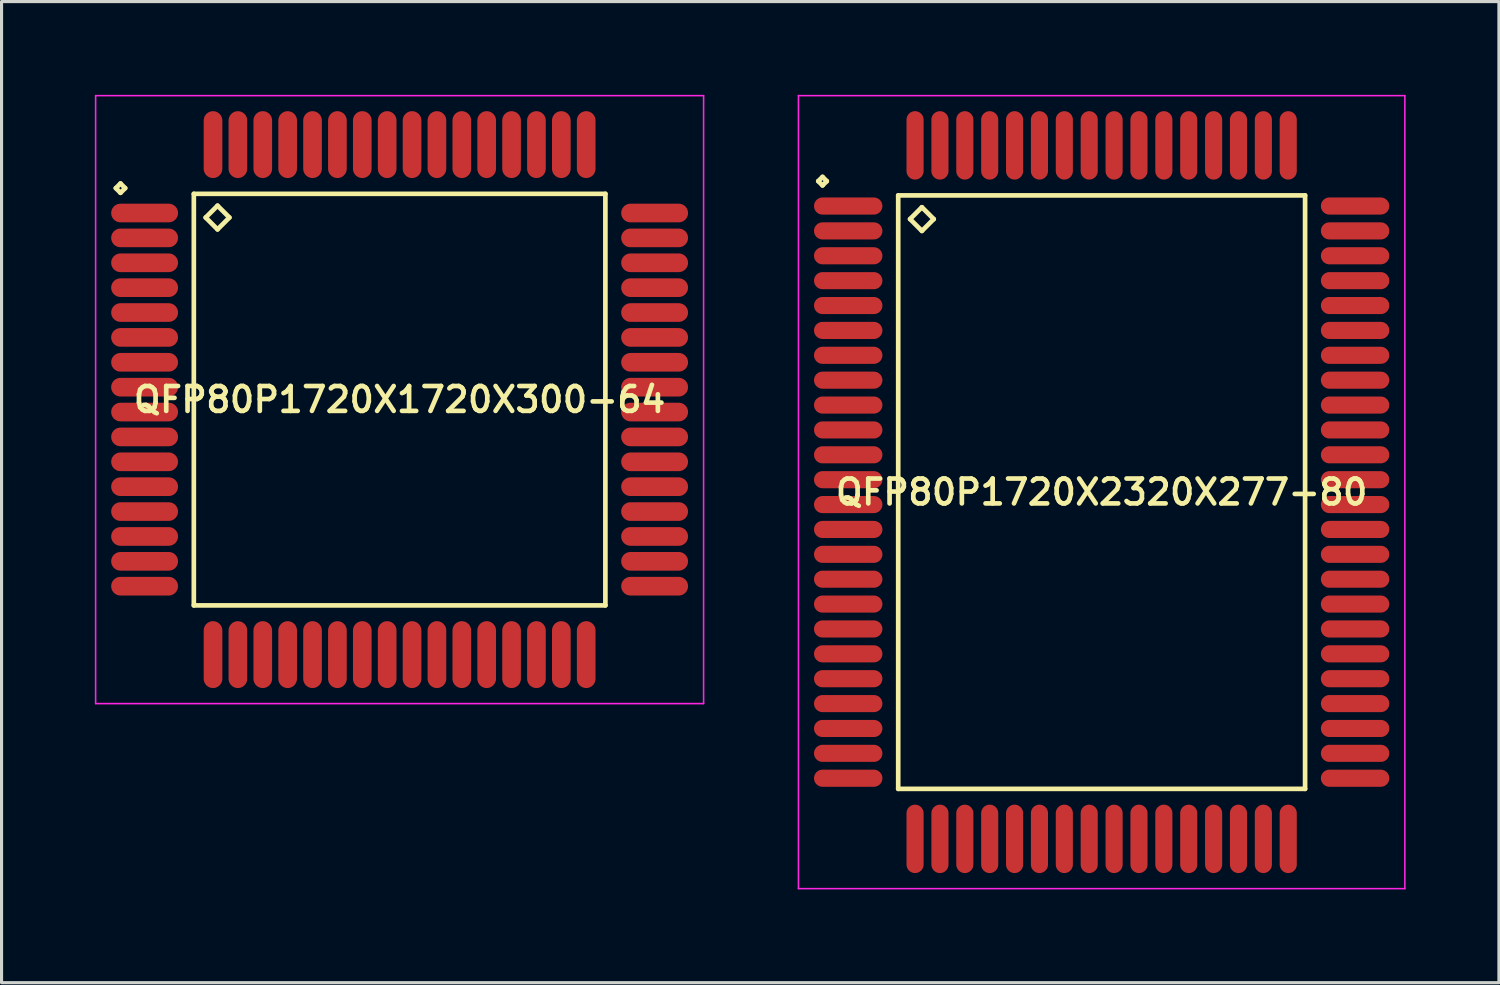
<source format=kicad_pcb>
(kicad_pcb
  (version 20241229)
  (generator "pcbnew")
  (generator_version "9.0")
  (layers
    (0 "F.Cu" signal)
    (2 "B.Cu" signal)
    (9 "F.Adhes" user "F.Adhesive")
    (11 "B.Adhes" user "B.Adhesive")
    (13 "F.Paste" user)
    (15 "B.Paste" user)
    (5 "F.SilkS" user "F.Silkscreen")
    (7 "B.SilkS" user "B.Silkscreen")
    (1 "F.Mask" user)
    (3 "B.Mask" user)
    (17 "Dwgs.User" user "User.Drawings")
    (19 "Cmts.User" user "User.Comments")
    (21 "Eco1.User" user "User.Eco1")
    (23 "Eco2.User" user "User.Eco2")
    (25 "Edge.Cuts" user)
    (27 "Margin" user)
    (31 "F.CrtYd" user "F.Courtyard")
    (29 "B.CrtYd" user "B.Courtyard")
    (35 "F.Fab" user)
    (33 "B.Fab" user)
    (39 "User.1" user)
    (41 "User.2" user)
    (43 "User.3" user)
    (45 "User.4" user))
  (footprint "QFP80P1720X1720X300-64"
    (layer "F.Cu")
    (at 9.8 9.8)
    (property "Reference" "QFP80P1720X1720X300-64" (at 0 0 0) (layer "F.SilkS") (effects (font (size 0.8 0.8) (thickness 0.15))))
    (attr smd)
    (fp_line (start -9.125 -6.8) (end -8.975 -6.95) (stroke (width 0.15) (type solid)) (layer "F.SilkS"))
    (fp_line (start -8.975 -6.95) (end -8.825 -6.8) (stroke (width 0.15) (type solid)) (layer "F.SilkS"))
    (fp_line (start -8.975 -6.65) (end -9.125 -6.8) (stroke (width 0.15) (type solid)) (layer "F.SilkS"))
    (fp_line (start -8.825 -6.8) (end -8.975 -6.65) (stroke (width 0.15) (type solid)) (layer "F.SilkS"))
    (fp_line (start -6.617 -6.617) (end -6.617 6.617) (stroke (width 0.15) (type solid)) (layer "F.SilkS"))
    (fp_line (start -6.617 6.617) (end 6.617 6.617) (stroke (width 0.15) (type solid)) (layer "F.SilkS"))
    (fp_line (start -6.236 -5.855) (end -5.855 -6.236) (stroke (width 0.15) (type solid)) (layer "F.SilkS"))
    (fp_line (start -5.855 -6.236) (end -5.474 -5.855) (stroke (width 0.15) (type solid)) (layer "F.SilkS"))
    (fp_line (start -5.855 -5.474) (end -6.236 -5.855) (stroke (width 0.15) (type solid)) (layer "F.SilkS"))
    (fp_line (start -5.474 -5.855) (end -5.855 -5.474) (stroke (width 0.15) (type solid)) (layer "F.SilkS"))
    (fp_line (start 6.617 -6.617) (end -6.617 -6.617) (stroke (width 0.15) (type solid)) (layer "F.SilkS"))
    (fp_line (start 6.617 6.617) (end 6.617 -6.617) (stroke (width 0.15) (type solid)) (layer "F.SilkS"))
    (fp_line (start -9.775 -9.775) (end 9.775 -9.775) (stroke (width 0.05) (type solid)) (layer "F.CrtYd"))
    (fp_line (start -9.775 9.775) (end -9.775 -9.775) (stroke (width 0.05) (type solid)) (layer "F.CrtYd"))
    (fp_line (start 9.775 -9.775) (end 9.775 9.775) (stroke (width 0.05) (type solid)) (layer "F.CrtYd"))
    (fp_line (start 9.775 9.775) (end -9.775 9.775) (stroke (width 0.05) (type solid)) (layer "F.CrtYd"))
    (pad "1" smd oval (at -8.2 -6) (size 2.15 0.6) (layers "F.Cu" "F.Mask" "F.Paste"))
    (pad "2" smd oval (at -8.2 -5.2) (size 2.15 0.6) (layers "F.Cu" "F.Mask" "F.Paste"))
    (pad "3" smd oval (at -8.2 -4.4) (size 2.15 0.6) (layers "F.Cu" "F.Mask" "F.Paste"))
    (pad "4" smd oval (at -8.2 -3.6) (size 2.15 0.6) (layers "F.Cu" "F.Mask" "F.Paste"))
    (pad "5" smd oval (at -8.2 -2.8) (size 2.15 0.6) (layers "F.Cu" "F.Mask" "F.Paste"))
    (pad "6" smd oval (at -8.2 -2) (size 2.15 0.6) (layers "F.Cu" "F.Mask" "F.Paste"))
    (pad "7" smd oval (at -8.2 -1.2) (size 2.15 0.6) (layers "F.Cu" "F.Mask" "F.Paste"))
    (pad "8" smd oval (at -8.2 -0.4) (size 2.15 0.6) (layers "F.Cu" "F.Mask" "F.Paste"))
    (pad "9" smd oval (at -8.2 0.4) (size 2.15 0.6) (layers "F.Cu" "F.Mask" "F.Paste"))
    (pad "10" smd oval (at -8.2 1.2) (size 2.15 0.6) (layers "F.Cu" "F.Mask" "F.Paste"))
    (pad "11" smd oval (at -8.2 2) (size 2.15 0.6) (layers "F.Cu" "F.Mask" "F.Paste"))
    (pad "12" smd oval (at -8.2 2.8) (size 2.15 0.6) (layers "F.Cu" "F.Mask" "F.Paste"))
    (pad "13" smd oval (at -8.2 3.6) (size 2.15 0.6) (layers "F.Cu" "F.Mask" "F.Paste"))
    (pad "14" smd oval (at -8.2 4.4) (size 2.15 0.6) (layers "F.Cu" "F.Mask" "F.Paste"))
    (pad "15" smd oval (at -8.2 5.2) (size 2.15 0.6) (layers "F.Cu" "F.Mask" "F.Paste"))
    (pad "16" smd oval (at -8.2 6) (size 2.15 0.6) (layers "F.Cu" "F.Mask" "F.Paste"))
    (pad "17" smd oval (at -6 8.2) (size 0.6 2.15) (layers "F.Cu" "F.Mask" "F.Paste"))
    (pad "18" smd oval (at -5.2 8.2) (size 0.6 2.15) (layers "F.Cu" "F.Mask" "F.Paste"))
    (pad "19" smd oval (at -4.4 8.2) (size 0.6 2.15) (layers "F.Cu" "F.Mask" "F.Paste"))
    (pad "20" smd oval (at -3.6 8.2) (size 0.6 2.15) (layers "F.Cu" "F.Mask" "F.Paste"))
    (pad "21" smd oval (at -2.8 8.2) (size 0.6 2.15) (layers "F.Cu" "F.Mask" "F.Paste"))
    (pad "22" smd oval (at -2 8.2) (size 0.6 2.15) (layers "F.Cu" "F.Mask" "F.Paste"))
    (pad "23" smd oval (at -1.2 8.2) (size 0.6 2.15) (layers "F.Cu" "F.Mask" "F.Paste"))
    (pad "24" smd oval (at -0.4 8.2) (size 0.6 2.15) (layers "F.Cu" "F.Mask" "F.Paste"))
    (pad "25" smd oval (at 0.4 8.2) (size 0.6 2.15) (layers "F.Cu" "F.Mask" "F.Paste"))
    (pad "26" smd oval (at 1.2 8.2) (size 0.6 2.15) (layers "F.Cu" "F.Mask" "F.Paste"))
    (pad "27" smd oval (at 2 8.2) (size 0.6 2.15) (layers "F.Cu" "F.Mask" "F.Paste"))
    (pad "28" smd oval (at 2.8 8.2) (size 0.6 2.15) (layers "F.Cu" "F.Mask" "F.Paste"))
    (pad "29" smd oval (at 3.6 8.2) (size 0.6 2.15) (layers "F.Cu" "F.Mask" "F.Paste"))
    (pad "30" smd oval (at 4.4 8.2) (size 0.6 2.15) (layers "F.Cu" "F.Mask" "F.Paste"))
    (pad "31" smd oval (at 5.2 8.2) (size 0.6 2.15) (layers "F.Cu" "F.Mask" "F.Paste"))
    (pad "32" smd oval (at 6 8.2) (size 0.6 2.15) (layers "F.Cu" "F.Mask" "F.Paste"))
    (pad "33" smd oval (at 8.2 6) (size 2.15 0.6) (layers "F.Cu" "F.Mask" "F.Paste"))
    (pad "34" smd oval (at 8.2 5.2) (size 2.15 0.6) (layers "F.Cu" "F.Mask" "F.Paste"))
    (pad "35" smd oval (at 8.2 4.4) (size 2.15 0.6) (layers "F.Cu" "F.Mask" "F.Paste"))
    (pad "36" smd oval (at 8.2 3.6) (size 2.15 0.6) (layers "F.Cu" "F.Mask" "F.Paste"))
    (pad "37" smd oval (at 8.2 2.8) (size 2.15 0.6) (layers "F.Cu" "F.Mask" "F.Paste"))
    (pad "38" smd oval (at 8.2 2) (size 2.15 0.6) (layers "F.Cu" "F.Mask" "F.Paste"))
    (pad "39" smd oval (at 8.2 1.2) (size 2.15 0.6) (layers "F.Cu" "F.Mask" "F.Paste"))
    (pad "40" smd oval (at 8.2 0.4) (size 2.15 0.6) (layers "F.Cu" "F.Mask" "F.Paste"))
    (pad "41" smd oval (at 8.2 -0.4) (size 2.15 0.6) (layers "F.Cu" "F.Mask" "F.Paste"))
    (pad "42" smd oval (at 8.2 -1.2) (size 2.15 0.6) (layers "F.Cu" "F.Mask" "F.Paste"))
    (pad "43" smd oval (at 8.2 -2) (size 2.15 0.6) (layers "F.Cu" "F.Mask" "F.Paste"))
    (pad "44" smd oval (at 8.2 -2.8) (size 2.15 0.6) (layers "F.Cu" "F.Mask" "F.Paste"))
    (pad "45" smd oval (at 8.2 -3.6) (size 2.15 0.6) (layers "F.Cu" "F.Mask" "F.Paste"))
    (pad "46" smd oval (at 8.2 -4.4) (size 2.15 0.6) (layers "F.Cu" "F.Mask" "F.Paste"))
    (pad "47" smd oval (at 8.2 -5.2) (size 2.15 0.6) (layers "F.Cu" "F.Mask" "F.Paste"))
    (pad "48" smd oval (at 8.2 -6) (size 2.15 0.6) (layers "F.Cu" "F.Mask" "F.Paste"))
    (pad "49" smd oval (at 6 -8.2) (size 0.6 2.15) (layers "F.Cu" "F.Mask" "F.Paste"))
    (pad "50" smd oval (at 5.2 -8.2) (size 0.6 2.15) (layers "F.Cu" "F.Mask" "F.Paste"))
    (pad "51" smd oval (at 4.4 -8.2) (size 0.6 2.15) (layers "F.Cu" "F.Mask" "F.Paste"))
    (pad "52" smd oval (at 3.6 -8.2) (size 0.6 2.15) (layers "F.Cu" "F.Mask" "F.Paste"))
    (pad "53" smd oval (at 2.8 -8.2) (size 0.6 2.15) (layers "F.Cu" "F.Mask" "F.Paste"))
    (pad "54" smd oval (at 2 -8.2) (size 0.6 2.15) (layers "F.Cu" "F.Mask" "F.Paste"))
    (pad "55" smd oval (at 1.2 -8.2) (size 0.6 2.15) (layers "F.Cu" "F.Mask" "F.Paste"))
    (pad "56" smd oval (at 0.4 -8.2) (size 0.6 2.15) (layers "F.Cu" "F.Mask" "F.Paste"))
    (pad "57" smd oval (at -0.4 -8.2) (size 0.6 2.15) (layers "F.Cu" "F.Mask" "F.Paste"))
    (pad "58" smd oval (at -1.2 -8.2) (size 0.6 2.15) (layers "F.Cu" "F.Mask" "F.Paste"))
    (pad "59" smd oval (at -2 -8.2) (size 0.6 2.15) (layers "F.Cu" "F.Mask" "F.Paste"))
    (pad "60" smd oval (at -2.8 -8.2) (size 0.6 2.15) (layers "F.Cu" "F.Mask" "F.Paste"))
    (pad "61" smd oval (at -3.6 -8.2) (size 0.6 2.15) (layers "F.Cu" "F.Mask" "F.Paste"))
    (pad "62" smd oval (at -4.4 -8.2) (size 0.6 2.15) (layers "F.Cu" "F.Mask" "F.Paste"))
    (pad "63" smd oval (at -5.2 -8.2) (size 0.6 2.15) (layers "F.Cu" "F.Mask" "F.Paste"))
    (pad "64" smd oval (at -6 -8.2) (size 0.6 2.15) (layers "F.Cu" "F.Mask" "F.Paste")))
  (footprint "QFP80P1720X2320X277-80"
    (layer "F.Cu")
    (at 32.375 12.775)
    (property "Reference" "QFP80P1720X2320X277-80" (at 0 0 0) (layer "F.SilkS") (effects (font (size 0.8 0.8) (thickness 0.15))))
    (attr smd)
    (fp_line (start -9.113 -10) (end -8.975 -10.137) (stroke (width 0.15) (type solid)) (layer "F.SilkS"))
    (fp_line (start -8.975 -10.137) (end -8.838 -10) (stroke (width 0.15) (type solid)) (layer "F.SilkS"))
    (fp_line (start -8.975 -9.863) (end -9.113 -10) (stroke (width 0.15) (type solid)) (layer "F.SilkS"))
    (fp_line (start -8.838 -10) (end -8.975 -9.863) (stroke (width 0.15) (type solid)) (layer "F.SilkS"))
    (fp_line (start -6.542 -9.542) (end -6.542 9.542) (stroke (width 0.15) (type solid)) (layer "F.SilkS"))
    (fp_line (start -6.542 9.542) (end 6.542 9.542) (stroke (width 0.15) (type solid)) (layer "F.SilkS"))
    (fp_line (start -6.161 -8.78) (end -5.78 -9.161) (stroke (width 0.15) (type solid)) (layer "F.SilkS"))
    (fp_line (start -5.78 -9.161) (end -5.399 -8.78) (stroke (width 0.15) (type solid)) (layer "F.SilkS"))
    (fp_line (start -5.78 -8.399) (end -6.161 -8.78) (stroke (width 0.15) (type solid)) (layer "F.SilkS"))
    (fp_line (start -5.399 -8.78) (end -5.78 -8.399) (stroke (width 0.15) (type solid)) (layer "F.SilkS"))
    (fp_line (start 6.542 -9.542) (end -6.542 -9.542) (stroke (width 0.15) (type solid)) (layer "F.SilkS"))
    (fp_line (start 6.542 9.542) (end 6.542 -9.542) (stroke (width 0.15) (type solid)) (layer "F.SilkS"))
    (fp_line (start -9.75 -12.75) (end 9.75 -12.75) (stroke (width 0.05) (type solid)) (layer "F.CrtYd"))
    (fp_line (start -9.75 12.75) (end -9.75 -12.75) (stroke (width 0.05) (type solid)) (layer "F.CrtYd"))
    (fp_line (start 9.75 -12.75) (end 9.75 12.75) (stroke (width 0.05) (type solid)) (layer "F.CrtYd"))
    (fp_line (start 9.75 12.75) (end -9.75 12.75) (stroke (width 0.05) (type solid)) (layer "F.CrtYd"))
    (pad "1" smd oval (at -8.15 -9.2) (size 2.2 0.55) (layers "F.Cu" "F.Mask" "F.Paste"))
    (pad "2" smd oval (at -8.15 -8.4) (size 2.2 0.55) (layers "F.Cu" "F.Mask" "F.Paste"))
    (pad "3" smd oval (at -8.15 -7.6) (size 2.2 0.55) (layers "F.Cu" "F.Mask" "F.Paste"))
    (pad "4" smd oval (at -8.15 -6.8) (size 2.2 0.55) (layers "F.Cu" "F.Mask" "F.Paste"))
    (pad "5" smd oval (at -8.15 -6) (size 2.2 0.55) (layers "F.Cu" "F.Mask" "F.Paste"))
    (pad "6" smd oval (at -8.15 -5.2) (size 2.2 0.55) (layers "F.Cu" "F.Mask" "F.Paste"))
    (pad "7" smd oval (at -8.15 -4.4) (size 2.2 0.55) (layers "F.Cu" "F.Mask" "F.Paste"))
    (pad "8" smd oval (at -8.15 -3.6) (size 2.2 0.55) (layers "F.Cu" "F.Mask" "F.Paste"))
    (pad "9" smd oval (at -8.15 -2.8) (size 2.2 0.55) (layers "F.Cu" "F.Mask" "F.Paste"))
    (pad "10" smd oval (at -8.15 -2) (size 2.2 0.55) (layers "F.Cu" "F.Mask" "F.Paste"))
    (pad "11" smd oval (at -8.15 -1.2) (size 2.2 0.55) (layers "F.Cu" "F.Mask" "F.Paste"))
    (pad "12" smd oval (at -8.15 -0.4) (size 2.2 0.55) (layers "F.Cu" "F.Mask" "F.Paste"))
    (pad "13" smd oval (at -8.15 0.4) (size 2.2 0.55) (layers "F.Cu" "F.Mask" "F.Paste"))
    (pad "14" smd oval (at -8.15 1.2) (size 2.2 0.55) (layers "F.Cu" "F.Mask" "F.Paste"))
    (pad "15" smd oval (at -8.15 2) (size 2.2 0.55) (layers "F.Cu" "F.Mask" "F.Paste"))
    (pad "16" smd oval (at -8.15 2.8) (size 2.2 0.55) (layers "F.Cu" "F.Mask" "F.Paste"))
    (pad "17" smd oval (at -8.15 3.6) (size 2.2 0.55) (layers "F.Cu" "F.Mask" "F.Paste"))
    (pad "18" smd oval (at -8.15 4.4) (size 2.2 0.55) (layers "F.Cu" "F.Mask" "F.Paste"))
    (pad "19" smd oval (at -8.15 5.2) (size 2.2 0.55) (layers "F.Cu" "F.Mask" "F.Paste"))
    (pad "20" smd oval (at -8.15 6) (size 2.2 0.55) (layers "F.Cu" "F.Mask" "F.Paste"))
    (pad "21" smd oval (at -8.15 6.8) (size 2.2 0.55) (layers "F.Cu" "F.Mask" "F.Paste"))
    (pad "22" smd oval (at -8.15 7.6) (size 2.2 0.55) (layers "F.Cu" "F.Mask" "F.Paste"))
    (pad "23" smd oval (at -8.15 8.4) (size 2.2 0.55) (layers "F.Cu" "F.Mask" "F.Paste"))
    (pad "24" smd oval (at -8.15 9.2) (size 2.2 0.55) (layers "F.Cu" "F.Mask" "F.Paste"))
    (pad "25" smd oval (at -6 11.15) (size 0.55 2.2) (layers "F.Cu" "F.Mask" "F.Paste"))
    (pad "26" smd oval (at -5.2 11.15) (size 0.55 2.2) (layers "F.Cu" "F.Mask" "F.Paste"))
    (pad "27" smd oval (at -4.4 11.15) (size 0.55 2.2) (layers "F.Cu" "F.Mask" "F.Paste"))
    (pad "28" smd oval (at -3.6 11.15) (size 0.55 2.2) (layers "F.Cu" "F.Mask" "F.Paste"))
    (pad "29" smd oval (at -2.8 11.15) (size 0.55 2.2) (layers "F.Cu" "F.Mask" "F.Paste"))
    (pad "30" smd oval (at -2 11.15) (size 0.55 2.2) (layers "F.Cu" "F.Mask" "F.Paste"))
    (pad "31" smd oval (at -1.2 11.15) (size 0.55 2.2) (layers "F.Cu" "F.Mask" "F.Paste"))
    (pad "32" smd oval (at -0.4 11.15) (size 0.55 2.2) (layers "F.Cu" "F.Mask" "F.Paste"))
    (pad "33" smd oval (at 0.4 11.15) (size 0.55 2.2) (layers "F.Cu" "F.Mask" "F.Paste"))
    (pad "34" smd oval (at 1.2 11.15) (size 0.55 2.2) (layers "F.Cu" "F.Mask" "F.Paste"))
    (pad "35" smd oval (at 2 11.15) (size 0.55 2.2) (layers "F.Cu" "F.Mask" "F.Paste"))
    (pad "36" smd oval (at 2.8 11.15) (size 0.55 2.2) (layers "F.Cu" "F.Mask" "F.Paste"))
    (pad "37" smd oval (at 3.6 11.15) (size 0.55 2.2) (layers "F.Cu" "F.Mask" "F.Paste"))
    (pad "38" smd oval (at 4.4 11.15) (size 0.55 2.2) (layers "F.Cu" "F.Mask" "F.Paste"))
    (pad "39" smd oval (at 5.2 11.15) (size 0.55 2.2) (layers "F.Cu" "F.Mask" "F.Paste"))
    (pad "40" smd oval (at 6 11.15) (size 0.55 2.2) (layers "F.Cu" "F.Mask" "F.Paste"))
    (pad "41" smd oval (at 8.15 9.2) (size 2.2 0.55) (layers "F.Cu" "F.Mask" "F.Paste"))
    (pad "42" smd oval (at 8.15 8.4) (size 2.2 0.55) (layers "F.Cu" "F.Mask" "F.Paste"))
    (pad "43" smd oval (at 8.15 7.6) (size 2.2 0.55) (layers "F.Cu" "F.Mask" "F.Paste"))
    (pad "44" smd oval (at 8.15 6.8) (size 2.2 0.55) (layers "F.Cu" "F.Mask" "F.Paste"))
    (pad "45" smd oval (at 8.15 6) (size 2.2 0.55) (layers "F.Cu" "F.Mask" "F.Paste"))
    (pad "46" smd oval (at 8.15 5.2) (size 2.2 0.55) (layers "F.Cu" "F.Mask" "F.Paste"))
    (pad "47" smd oval (at 8.15 4.4) (size 2.2 0.55) (layers "F.Cu" "F.Mask" "F.Paste"))
    (pad "48" smd oval (at 8.15 3.6) (size 2.2 0.55) (layers "F.Cu" "F.Mask" "F.Paste"))
    (pad "49" smd oval (at 8.15 2.8) (size 2.2 0.55) (layers "F.Cu" "F.Mask" "F.Paste"))
    (pad "50" smd oval (at 8.15 2) (size 2.2 0.55) (layers "F.Cu" "F.Mask" "F.Paste"))
    (pad "51" smd oval (at 8.15 1.2) (size 2.2 0.55) (layers "F.Cu" "F.Mask" "F.Paste"))
    (pad "52" smd oval (at 8.15 0.4) (size 2.2 0.55) (layers "F.Cu" "F.Mask" "F.Paste"))
    (pad "53" smd oval (at 8.15 -0.4) (size 2.2 0.55) (layers "F.Cu" "F.Mask" "F.Paste"))
    (pad "54" smd oval (at 8.15 -1.2) (size 2.2 0.55) (layers "F.Cu" "F.Mask" "F.Paste"))
    (pad "55" smd oval (at 8.15 -2) (size 2.2 0.55) (layers "F.Cu" "F.Mask" "F.Paste"))
    (pad "56" smd oval (at 8.15 -2.8) (size 2.2 0.55) (layers "F.Cu" "F.Mask" "F.Paste"))
    (pad "57" smd oval (at 8.15 -3.6) (size 2.2 0.55) (layers "F.Cu" "F.Mask" "F.Paste"))
    (pad "58" smd oval (at 8.15 -4.4) (size 2.2 0.55) (layers "F.Cu" "F.Mask" "F.Paste"))
    (pad "59" smd oval (at 8.15 -5.2) (size 2.2 0.55) (layers "F.Cu" "F.Mask" "F.Paste"))
    (pad "60" smd oval (at 8.15 -6) (size 2.2 0.55) (layers "F.Cu" "F.Mask" "F.Paste"))
    (pad "61" smd oval (at 8.15 -6.8) (size 2.2 0.55) (layers "F.Cu" "F.Mask" "F.Paste"))
    (pad "62" smd oval (at 8.15 -7.6) (size 2.2 0.55) (layers "F.Cu" "F.Mask" "F.Paste"))
    (pad "63" smd oval (at 8.15 -8.4) (size 2.2 0.55) (layers "F.Cu" "F.Mask" "F.Paste"))
    (pad "64" smd oval (at 8.15 -9.2) (size 2.2 0.55) (layers "F.Cu" "F.Mask" "F.Paste"))
    (pad "65" smd oval (at 6 -11.15) (size 0.55 2.2) (layers "F.Cu" "F.Mask" "F.Paste"))
    (pad "66" smd oval (at 5.2 -11.15) (size 0.55 2.2) (layers "F.Cu" "F.Mask" "F.Paste"))
    (pad "67" smd oval (at 4.4 -11.15) (size 0.55 2.2) (layers "F.Cu" "F.Mask" "F.Paste"))
    (pad "68" smd oval (at 3.6 -11.15) (size 0.55 2.2) (layers "F.Cu" "F.Mask" "F.Paste"))
    (pad "69" smd oval (at 2.8 -11.15) (size 0.55 2.2) (layers "F.Cu" "F.Mask" "F.Paste"))
    (pad "70" smd oval (at 2 -11.15) (size 0.55 2.2) (layers "F.Cu" "F.Mask" "F.Paste"))
    (pad "71" smd oval (at 1.2 -11.15) (size 0.55 2.2) (layers "F.Cu" "F.Mask" "F.Paste"))
    (pad "72" smd oval (at 0.4 -11.15) (size 0.55 2.2) (layers "F.Cu" "F.Mask" "F.Paste"))
    (pad "73" smd oval (at -0.4 -11.15) (size 0.55 2.2) (layers "F.Cu" "F.Mask" "F.Paste"))
    (pad "74" smd oval (at -1.2 -11.15) (size 0.55 2.2) (layers "F.Cu" "F.Mask" "F.Paste"))
    (pad "75" smd oval (at -2 -11.15) (size 0.55 2.2) (layers "F.Cu" "F.Mask" "F.Paste"))
    (pad "76" smd oval (at -2.8 -11.15) (size 0.55 2.2) (layers "F.Cu" "F.Mask" "F.Paste"))
    (pad "77" smd oval (at -3.6 -11.15) (size 0.55 2.2) (layers "F.Cu" "F.Mask" "F.Paste"))
    (pad "78" smd oval (at -4.4 -11.15) (size 0.55 2.2) (layers "F.Cu" "F.Mask" "F.Paste"))
    (pad "79" smd oval (at -5.2 -11.15) (size 0.55 2.2) (layers "F.Cu" "F.Mask" "F.Paste"))
    (pad "80" smd oval (at -6 -11.15) (size 0.55 2.2) (layers "F.Cu" "F.Mask" "F.Paste")))
  (gr_rect
    (start -3 -3)
    (end 45.15 28.55)
    (stroke (width 0.1) (type default))
    (fill no)
    (layer "Edge.Cuts")))
</source>
